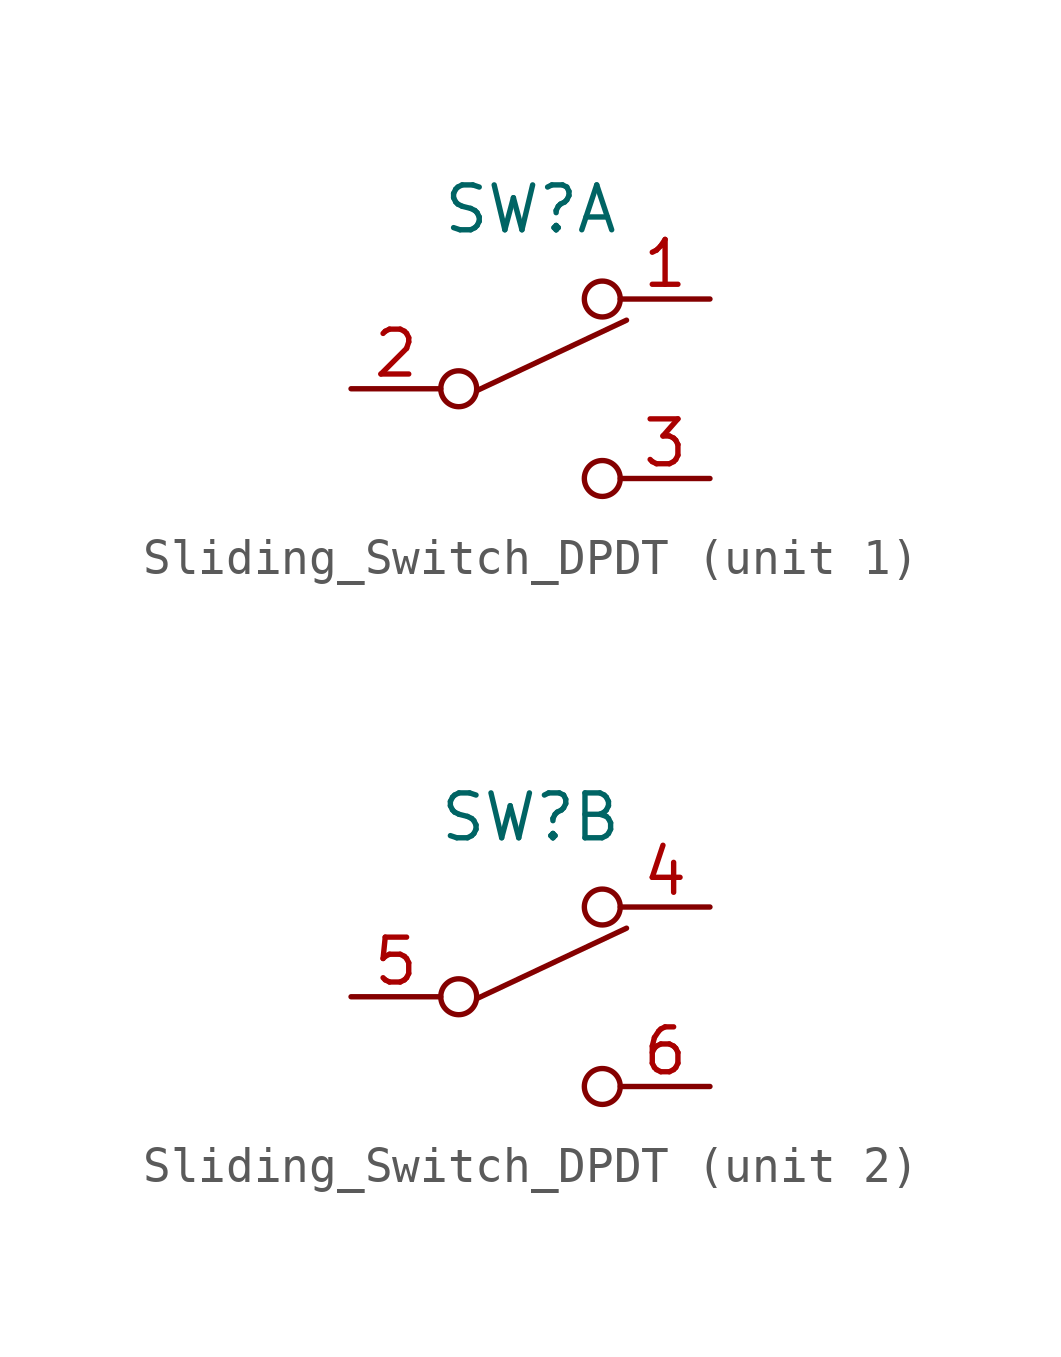
<source format=kicad_sym>
(kicad_symbol_lib
  (version 20241209)
  (generator "kicad_symbol_editor")
  (generator_version "9.0")
  (symbol "Sliding_Switch_DPDT"
    (pin_names
      (offset 0)
      (hide yes))
    (property "Reference" "SW"
      (at 0 5.08 0)
      (effects (font (size 1.27 1.27))))
    (symbol "Sliding_Switch_DPDT_0_0"
      (circle (center -2.032 0) (radius 0.508) (stroke (width 0) (type default)) (fill (type none)))
      (circle (center 2.032 -2.54) (radius 0.508) (stroke (width 0) (type default)) (fill (type none))))
    (symbol "Sliding_Switch_DPDT_0_1"
      (polyline (pts (xy -1.482 -0.035) (xy 2.718 1.941)) (stroke (width 0) (type default)) (fill (type none)))
      (circle (center 2.032 2.54) (radius 0.508) (stroke (width 0) (type default)) (fill (type none))))
    (symbol "Sliding_Switch_DPDT_1_1"
      (pin passive line (at -5.08 0 0) (length 2.54) (name "B" (effects (font (size 1.27 1.27)))) (number "2" (effects (font (size 1.27 1.27)))))
      (pin passive line (at 5.08 2.54 180) (length 2.54) (name "A" (effects (font (size 1.27 1.27)))) (number "1" (effects (font (size 1.27 1.27)))))
      (pin passive line (at 5.08 -2.54 180) (length 2.54) (name "C" (effects (font (size 1.27 1.27)))) (number "3" (effects (font (size 1.27 1.27))))))
    (symbol "Sliding_Switch_DPDT_2_1"
      (pin passive line (at -5.08 0 0) (length 2.54) (name "B" (effects (font (size 1.27 1.27)))) (number "5" (effects (font (size 1.27 1.27)))))
      (pin passive line (at 5.08 2.54 180) (length 2.54) (name "A" (effects (font (size 1.27 1.27)))) (number "4" (effects (font (size 1.27 1.27)))))
      (pin passive line (at 5.08 -2.54 180) (length 2.54) (name "C" (effects (font (size 1.27 1.27)))) (number "6" (effects (font (size 1.27 1.27))))))))
</source>
